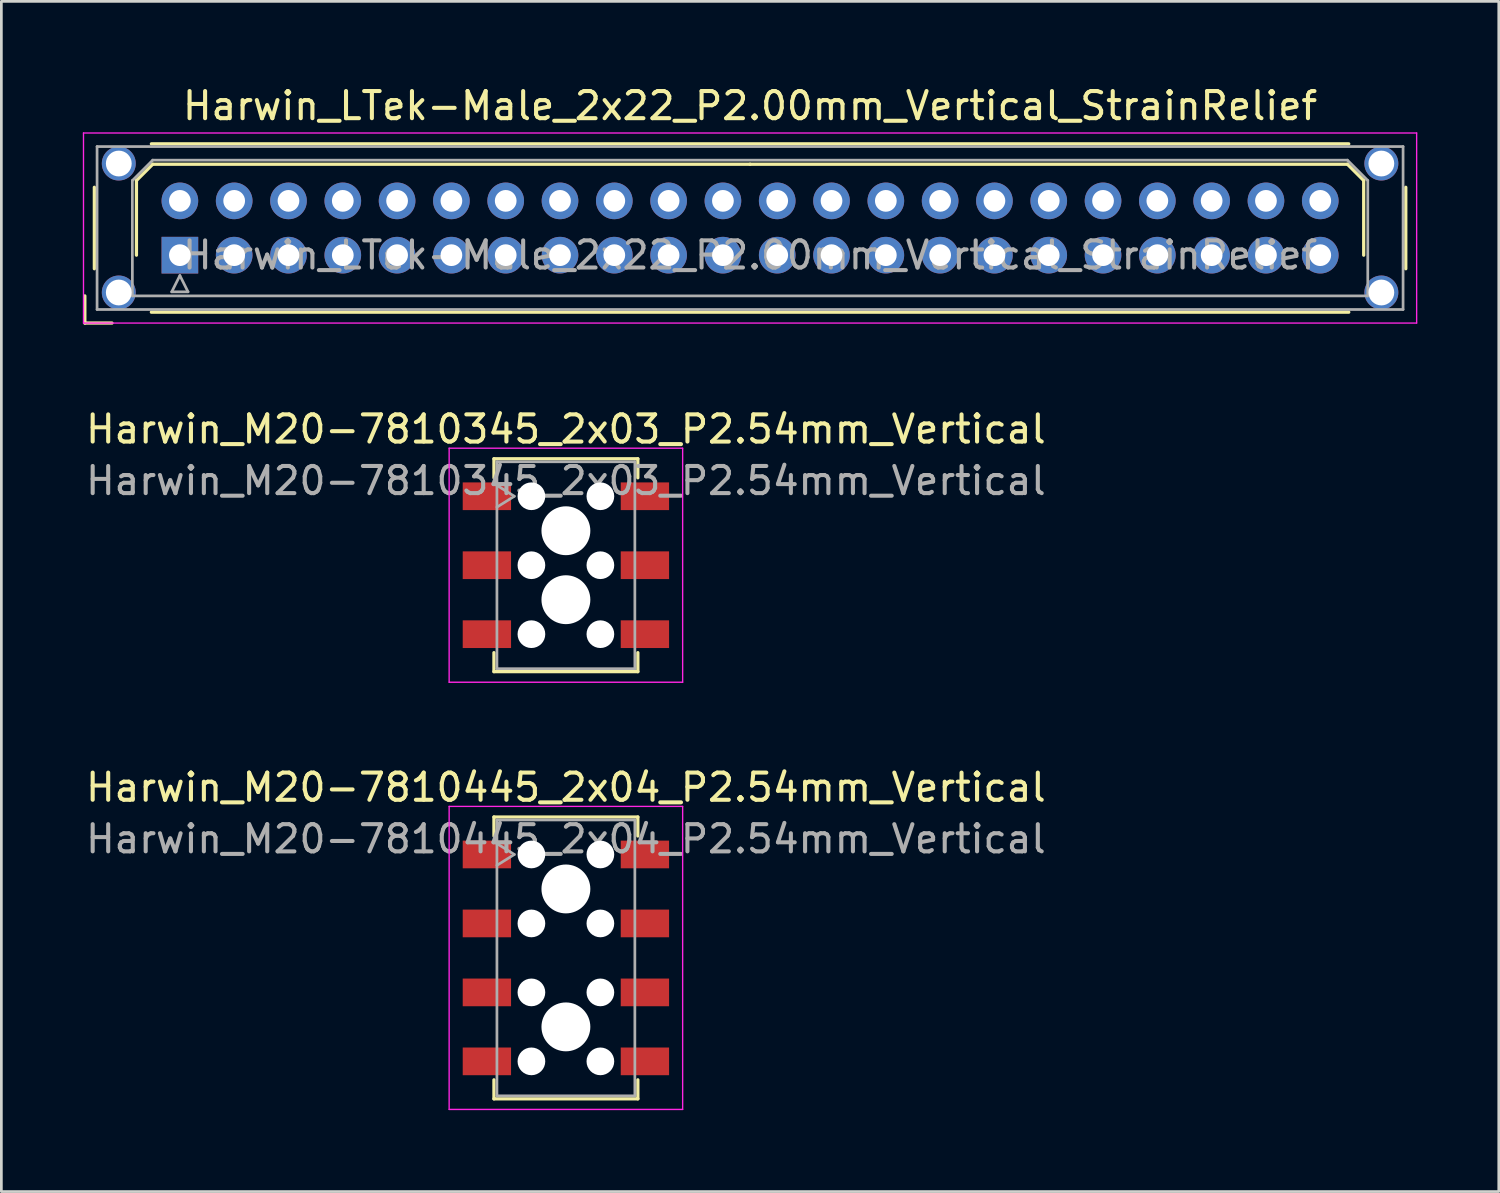
<source format=kicad_pcb>
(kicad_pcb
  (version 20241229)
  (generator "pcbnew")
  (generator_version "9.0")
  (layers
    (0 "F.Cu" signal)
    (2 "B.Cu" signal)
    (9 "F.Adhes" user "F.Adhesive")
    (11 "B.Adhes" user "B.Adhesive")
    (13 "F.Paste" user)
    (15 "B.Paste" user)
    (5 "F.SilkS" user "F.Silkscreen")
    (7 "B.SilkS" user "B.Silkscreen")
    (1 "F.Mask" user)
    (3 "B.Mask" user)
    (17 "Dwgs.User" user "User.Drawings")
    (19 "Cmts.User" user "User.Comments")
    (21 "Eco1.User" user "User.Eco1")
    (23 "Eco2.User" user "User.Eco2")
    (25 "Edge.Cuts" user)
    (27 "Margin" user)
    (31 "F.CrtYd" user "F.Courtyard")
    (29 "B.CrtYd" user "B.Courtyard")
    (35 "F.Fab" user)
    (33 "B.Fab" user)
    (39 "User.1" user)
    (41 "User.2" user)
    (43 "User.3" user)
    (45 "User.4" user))
  (footprint "Harwin_M20-7810445_2x04_P2.54mm_Vertical"
    (layer "F.Cu")
    (at 17.792 32.23)
    (property "Reference" "Harwin_M20-7810445_2x04_P2.54mm_Vertical" (at 0 -6.28 0) (layer "F.SilkS") (effects (font (size 1 1) (thickness 0.15))))
    (attr smd)
    (fp_line (start -2.65 -5.19) (end 2.65 -5.19) (stroke (width 0.12) (type solid)) (layer "F.SilkS"))
    (fp_line (start -2.65 -4.49) (end -2.65 -5.19) (stroke (width 0.12) (type solid)) (layer "F.SilkS"))
    (fp_line (start -2.65 4.49) (end -2.65 5.19) (stroke (width 0.12) (type solid)) (layer "F.SilkS"))
    (fp_line (start -2.65 5.19) (end 2.65 5.19) (stroke (width 0.12) (type solid)) (layer "F.SilkS"))
    (fp_line (start 2.65 -5.19) (end 2.65 -4.49) (stroke (width 0.12) (type solid)) (layer "F.SilkS"))
    (fp_line (start 2.65 5.19) (end 2.65 4.49) (stroke (width 0.12) (type solid)) (layer "F.SilkS"))
    (fp_line (start -4.3 -5.58) (end 4.3 -5.58) (stroke (width 0.05) (type solid)) (layer "F.CrtYd"))
    (fp_line (start -4.3 5.58) (end -4.3 -5.58) (stroke (width 0.05) (type solid)) (layer "F.CrtYd"))
    (fp_line (start 4.3 -5.58) (end 4.3 5.58) (stroke (width 0.05) (type solid)) (layer "F.CrtYd"))
    (fp_line (start 4.3 5.58) (end -4.3 5.58) (stroke (width 0.05) (type solid)) (layer "F.CrtYd"))
    (fp_line (start -2.54 -5.08) (end 2.54 -5.08) (stroke (width 0.1) (type solid)) (layer "F.Fab"))
    (fp_line (start -2.54 -4.21) (end -1.9 -3.81) (stroke (width 0.1) (type solid)) (layer "F.Fab"))
    (fp_line (start -2.54 5.08) (end -2.54 -5.08) (stroke (width 0.1) (type solid)) (layer "F.Fab"))
    (fp_line (start -1.9 -3.81) (end -2.54 -3.41) (stroke (width 0.1) (type solid)) (layer "F.Fab"))
    (fp_line (start 2.54 -5.08) (end 2.54 5.08) (stroke (width 0.1) (type solid)) (layer "F.Fab"))
    (fp_line (start 2.54 5.08) (end -2.54 5.08) (stroke (width 0.1) (type solid)) (layer "F.Fab"))
    (fp_text user "${REFERENCE}" (at 0 -4.38 0) (layer "F.Fab") (effects (font (size 1 1) (thickness 0.15))))
    (pad "" np_thru_hole circle (at -1.27 -3.81) (size 1.02 1.02) (drill 1.02) (layers "*.Cu" "*.Mask"))
    (pad "" np_thru_hole circle (at -1.27 -1.27) (size 1.02 1.02) (drill 1.02) (layers "*.Cu" "*.Mask"))
    (pad "" np_thru_hole circle (at -1.27 1.27) (size 1.02 1.02) (drill 1.02) (layers "*.Cu" "*.Mask"))
    (pad "" np_thru_hole circle (at -1.27 3.81) (size 1.02 1.02) (drill 1.02) (layers "*.Cu" "*.Mask"))
    (pad "" np_thru_hole circle (at 0 -2.54) (size 1.8 1.8) (drill 1.8) (layers "*.Cu" "*.Mask"))
    (pad "" np_thru_hole circle (at 0 2.54) (size 1.8 1.8) (drill 1.8) (layers "*.Cu" "*.Mask"))
    (pad "" np_thru_hole circle (at 1.27 -3.81) (size 1.02 1.02) (drill 1.02) (layers "*.Cu" "*.Mask"))
    (pad "" np_thru_hole circle (at 1.27 -1.27) (size 1.02 1.02) (drill 1.02) (layers "*.Cu" "*.Mask"))
    (pad "" np_thru_hole circle (at 1.27 1.27) (size 1.02 1.02) (drill 1.02) (layers "*.Cu" "*.Mask"))
    (pad "" np_thru_hole circle (at 1.27 3.81) (size 1.02 1.02) (drill 1.02) (layers "*.Cu" "*.Mask"))
    (pad "1" smd rect (at -2.91 -3.81) (size 1.78 1.02) (layers "F.Cu" "F.Mask" "F.Paste"))
    (pad "2" smd rect (at -2.91 -1.27) (size 1.78 1.02) (layers "F.Cu" "F.Mask" "F.Paste"))
    (pad "3" smd rect (at -2.91 1.27) (size 1.78 1.02) (layers "F.Cu" "F.Mask" "F.Paste"))
    (pad "4" smd rect (at -2.91 3.81) (size 1.78 1.02) (layers "F.Cu" "F.Mask" "F.Paste"))
    (pad "5" smd rect (at 2.91 -3.81) (size 1.78 1.02) (layers "F.Cu" "F.Mask" "F.Paste"))
    (pad "6" smd rect (at 2.91 -1.27) (size 1.78 1.02) (layers "F.Cu" "F.Mask" "F.Paste"))
    (pad "7" smd rect (at 2.91 1.27) (size 1.78 1.02) (layers "F.Cu" "F.Mask" "F.Paste"))
    (pad "8" smd rect (at 2.91 3.81) (size 1.78 1.02) (layers "F.Cu" "F.Mask" "F.Paste")))
  (footprint "Harwin_LTek-Male_2x22_P2.00mm_Vertical_StrainRelief"
    (layer "F.Cu")
    (at 3.575 6.348)
    (property "Reference" "Harwin_LTek-Male_2x22_P2.00mm_Vertical_StrainRelief" (at 21 -5.5 0) (layer "F.SilkS") (effects (font (size 1 1) (thickness 0.15))))
    (attr through_hole)
    (fp_line (start -3.5 1.5) (end -3.5 2.5) (stroke (width 0.12) (type solid)) (layer "F.SilkS"))
    (fp_line (start -3.5 2.5) (end -2.5 2.5) (stroke (width 0.12) (type solid)) (layer "F.SilkS"))
    (fp_line (start -3.15 -2.5) (end -3.15 0.5) (stroke (width 0.12) (type solid)) (layer "F.SilkS"))
    (fp_line (start -1.6 -2.75) (end -1 -3.35) (stroke (width 0.12) (type solid)) (layer "F.SilkS"))
    (fp_line (start -1.6 0) (end -1.6 -2.75) (stroke (width 0.12) (type solid)) (layer "F.SilkS"))
    (fp_line (start -1.05 -4.1) (end 43.05 -4.1) (stroke (width 0.12) (type solid)) (layer "F.SilkS"))
    (fp_line (start -1.05 2.1) (end 43.05 2.1) (stroke (width 0.12) (type solid)) (layer "F.SilkS"))
    (fp_line (start -1 -3.35) (end 21 -3.35) (stroke (width 0.12) (type solid)) (layer "F.SilkS"))
    (fp_line (start 43 -3.35) (end 21 -3.35) (stroke (width 0.12) (type solid)) (layer "F.SilkS"))
    (fp_line (start 43.6 -2.75) (end 43 -3.35) (stroke (width 0.12) (type solid)) (layer "F.SilkS"))
    (fp_line (start 43.6 0) (end 43.6 -2.75) (stroke (width 0.12) (type solid)) (layer "F.SilkS"))
    (fp_line (start 45.15 -2.5) (end 45.15 0.5) (stroke (width 0.12) (type solid)) (layer "F.SilkS"))
    (fp_line (start -3.55 -4.5) (end -3.55 2.5) (stroke (width 0.05) (type solid)) (layer "F.CrtYd"))
    (fp_line (start -3.55 2.5) (end 45.55 2.5) (stroke (width 0.05) (type solid)) (layer "F.CrtYd"))
    (fp_line (start 45.55 -4.5) (end -3.55 -4.5) (stroke (width 0.05) (type solid)) (layer "F.CrtYd"))
    (fp_line (start 45.55 2.5) (end 45.55 -4.5) (stroke (width 0.05) (type solid)) (layer "F.CrtYd"))
    (fp_line (start -3.05 -4) (end -3.05 2) (stroke (width 0.1) (type solid)) (layer "F.Fab"))
    (fp_line (start -3.05 2) (end 45.05 2) (stroke (width 0.1) (type solid)) (layer "F.Fab"))
    (fp_line (start -1.75 -2.75) (end -1 -3.5) (stroke (width 0.1) (type solid)) (layer "F.Fab"))
    (fp_line (start -1.75 1.5) (end -1.75 -2.75) (stroke (width 0.1) (type solid)) (layer "F.Fab"))
    (fp_line (start -1 -3.5) (end 43 -3.5) (stroke (width 0.1) (type solid)) (layer "F.Fab"))
    (fp_line (start -0.3 1.35) (end 0.3 1.35) (stroke (width 0.1) (type solid)) (layer "F.Fab"))
    (fp_line (start 0 0.75) (end -0.3 1.35) (stroke (width 0.1) (type solid)) (layer "F.Fab"))
    (fp_line (start 0.3 1.35) (end 0 0.75) (stroke (width 0.1) (type solid)) (layer "F.Fab"))
    (fp_line (start 43 -3.5) (end 43.75 -2.75) (stroke (width 0.1) (type solid)) (layer "F.Fab"))
    (fp_line (start 43.75 -2.75) (end 43.75 1.5) (stroke (width 0.1) (type solid)) (layer "F.Fab"))
    (fp_line (start 43.75 1.5) (end -1.75 1.5) (stroke (width 0.1) (type solid)) (layer "F.Fab"))
    (fp_line (start 45.05 -4) (end -3.05 -4) (stroke (width 0.1) (type solid)) (layer "F.Fab"))
    (fp_line (start 45.05 2) (end 45.05 -4) (stroke (width 0.1) (type solid)) (layer "F.Fab"))
    (fp_text user "${REFERENCE}" (at 21 0 0) (layer "F.Fab") (effects (font (size 1 1) (thickness 0.15))))
    (pad "" thru_hole circle (at -2.25 -3.375) (size 1.25 1.25) (drill 0.95) (layers "*.Cu" "*.Mask"))
    (pad "" thru_hole circle (at -2.25 1.375) (size 1.25 1.25) (drill 0.95) (layers "*.Cu" "*.Mask"))
    (pad "" thru_hole circle (at 44.25 -3.375) (size 1.25 1.25) (drill 0.95) (layers "*.Cu" "*.Mask"))
    (pad "" thru_hole circle (at 44.25 1.375) (size 1.25 1.25) (drill 0.95) (layers "*.Cu" "*.Mask"))
    (pad "1" thru_hole rect (at 0 0) (size 1.35 1.35) (drill 0.8) (layers "*.Cu" "*.Mask"))
    (pad "2" thru_hole circle (at 0 -2) (size 1.35 1.35) (drill 0.8) (layers "*.Cu" "*.Mask"))
    (pad "3" thru_hole circle (at 2 0) (size 1.35 1.35) (drill 0.8) (layers "*.Cu" "*.Mask"))
    (pad "4" thru_hole circle (at 2 -2) (size 1.35 1.35) (drill 0.8) (layers "*.Cu" "*.Mask"))
    (pad "5" thru_hole circle (at 4 0) (size 1.35 1.35) (drill 0.8) (layers "*.Cu" "*.Mask"))
    (pad "6" thru_hole circle (at 4 -2) (size 1.35 1.35) (drill 0.8) (layers "*.Cu" "*.Mask"))
    (pad "7" thru_hole circle (at 6 0) (size 1.35 1.35) (drill 0.8) (layers "*.Cu" "*.Mask"))
    (pad "8" thru_hole circle (at 6 -2) (size 1.35 1.35) (drill 0.8) (layers "*.Cu" "*.Mask"))
    (pad "9" thru_hole circle (at 8 0) (size 1.35 1.35) (drill 0.8) (layers "*.Cu" "*.Mask"))
    (pad "10" thru_hole circle (at 8 -2) (size 1.35 1.35) (drill 0.8) (layers "*.Cu" "*.Mask"))
    (pad "11" thru_hole circle (at 10 0) (size 1.35 1.35) (drill 0.8) (layers "*.Cu" "*.Mask"))
    (pad "12" thru_hole circle (at 10 -2) (size 1.35 1.35) (drill 0.8) (layers "*.Cu" "*.Mask"))
    (pad "13" thru_hole circle (at 12 0) (size 1.35 1.35) (drill 0.8) (layers "*.Cu" "*.Mask"))
    (pad "14" thru_hole circle (at 12 -2) (size 1.35 1.35) (drill 0.8) (layers "*.Cu" "*.Mask"))
    (pad "15" thru_hole circle (at 14 0) (size 1.35 1.35) (drill 0.8) (layers "*.Cu" "*.Mask"))
    (pad "16" thru_hole circle (at 14 -2) (size 1.35 1.35) (drill 0.8) (layers "*.Cu" "*.Mask"))
    (pad "17" thru_hole circle (at 16 0) (size 1.35 1.35) (drill 0.8) (layers "*.Cu" "*.Mask"))
    (pad "18" thru_hole circle (at 16 -2) (size 1.35 1.35) (drill 0.8) (layers "*.Cu" "*.Mask"))
    (pad "19" thru_hole circle (at 18 0) (size 1.35 1.35) (drill 0.8) (layers "*.Cu" "*.Mask"))
    (pad "20" thru_hole circle (at 18 -2) (size 1.35 1.35) (drill 0.8) (layers "*.Cu" "*.Mask"))
    (pad "21" thru_hole circle (at 20 0) (size 1.35 1.35) (drill 0.8) (layers "*.Cu" "*.Mask"))
    (pad "22" thru_hole circle (at 20 -2) (size 1.35 1.35) (drill 0.8) (layers "*.Cu" "*.Mask"))
    (pad "23" thru_hole circle (at 22 0) (size 1.35 1.35) (drill 0.8) (layers "*.Cu" "*.Mask"))
    (pad "24" thru_hole circle (at 22 -2) (size 1.35 1.35) (drill 0.8) (layers "*.Cu" "*.Mask"))
    (pad "25" thru_hole circle (at 24 0) (size 1.35 1.35) (drill 0.8) (layers "*.Cu" "*.Mask"))
    (pad "26" thru_hole circle (at 24 -2) (size 1.35 1.35) (drill 0.8) (layers "*.Cu" "*.Mask"))
    (pad "27" thru_hole circle (at 26 0) (size 1.35 1.35) (drill 0.8) (layers "*.Cu" "*.Mask"))
    (pad "28" thru_hole circle (at 26 -2) (size 1.35 1.35) (drill 0.8) (layers "*.Cu" "*.Mask"))
    (pad "29" thru_hole circle (at 28 0) (size 1.35 1.35) (drill 0.8) (layers "*.Cu" "*.Mask"))
    (pad "30" thru_hole circle (at 28 -2) (size 1.35 1.35) (drill 0.8) (layers "*.Cu" "*.Mask"))
    (pad "31" thru_hole circle (at 30 0) (size 1.35 1.35) (drill 0.8) (layers "*.Cu" "*.Mask"))
    (pad "32" thru_hole circle (at 30 -2) (size 1.35 1.35) (drill 0.8) (layers "*.Cu" "*.Mask"))
    (pad "33" thru_hole circle (at 32 0) (size 1.35 1.35) (drill 0.8) (layers "*.Cu" "*.Mask"))
    (pad "34" thru_hole circle (at 32 -2) (size 1.35 1.35) (drill 0.8) (layers "*.Cu" "*.Mask"))
    (pad "35" thru_hole circle (at 34 0) (size 1.35 1.35) (drill 0.8) (layers "*.Cu" "*.Mask"))
    (pad "36" thru_hole circle (at 34 -2) (size 1.35 1.35) (drill 0.8) (layers "*.Cu" "*.Mask"))
    (pad "37" thru_hole circle (at 36 0) (size 1.35 1.35) (drill 0.8) (layers "*.Cu" "*.Mask"))
    (pad "38" thru_hole circle (at 36 -2) (size 1.35 1.35) (drill 0.8) (layers "*.Cu" "*.Mask"))
    (pad "39" thru_hole circle (at 38 0) (size 1.35 1.35) (drill 0.8) (layers "*.Cu" "*.Mask"))
    (pad "40" thru_hole circle (at 38 -2) (size 1.35 1.35) (drill 0.8) (layers "*.Cu" "*.Mask"))
    (pad "41" thru_hole circle (at 40 0) (size 1.35 1.35) (drill 0.8) (layers "*.Cu" "*.Mask"))
    (pad "42" thru_hole circle (at 40 -2) (size 1.35 1.35) (drill 0.8) (layers "*.Cu" "*.Mask"))
    (pad "43" thru_hole circle (at 42 0) (size 1.35 1.35) (drill 0.8) (layers "*.Cu" "*.Mask"))
    (pad "44" thru_hole circle (at 42 -2) (size 1.35 1.35) (drill 0.8) (layers "*.Cu" "*.Mask")))
  (footprint "Harwin_M20-7810345_2x03_P2.54mm_Vertical"
    (layer "F.Cu")
    (at 17.792 17.767)
    (property "Reference" "Harwin_M20-7810345_2x03_P2.54mm_Vertical" (at 0 -5.01 0) (layer "F.SilkS") (effects (font (size 1 1) (thickness 0.15))))
    (attr smd)
    (fp_line (start -2.65 -3.92) (end 2.65 -3.92) (stroke (width 0.12) (type solid)) (layer "F.SilkS"))
    (fp_line (start -2.65 -3.22) (end -2.65 -3.92) (stroke (width 0.12) (type solid)) (layer "F.SilkS"))
    (fp_line (start -2.65 3.22) (end -2.65 3.92) (stroke (width 0.12) (type solid)) (layer "F.SilkS"))
    (fp_line (start -2.65 3.92) (end 2.65 3.92) (stroke (width 0.12) (type solid)) (layer "F.SilkS"))
    (fp_line (start 2.65 -3.92) (end 2.65 -3.22) (stroke (width 0.12) (type solid)) (layer "F.SilkS"))
    (fp_line (start 2.65 3.92) (end 2.65 3.22) (stroke (width 0.12) (type solid)) (layer "F.SilkS"))
    (fp_line (start -4.3 -4.31) (end 4.3 -4.31) (stroke (width 0.05) (type solid)) (layer "F.CrtYd"))
    (fp_line (start -4.3 4.31) (end -4.3 -4.31) (stroke (width 0.05) (type solid)) (layer "F.CrtYd"))
    (fp_line (start 4.3 -4.31) (end 4.3 4.31) (stroke (width 0.05) (type solid)) (layer "F.CrtYd"))
    (fp_line (start 4.3 4.31) (end -4.3 4.31) (stroke (width 0.05) (type solid)) (layer "F.CrtYd"))
    (fp_line (start -2.54 -3.81) (end 2.54 -3.81) (stroke (width 0.1) (type solid)) (layer "F.Fab"))
    (fp_line (start -2.54 -2.94) (end -1.9 -2.54) (stroke (width 0.1) (type solid)) (layer "F.Fab"))
    (fp_line (start -2.54 3.81) (end -2.54 -3.81) (stroke (width 0.1) (type solid)) (layer "F.Fab"))
    (fp_line (start -1.9 -2.54) (end -2.54 -2.14) (stroke (width 0.1) (type solid)) (layer "F.Fab"))
    (fp_line (start 2.54 -3.81) (end 2.54 3.81) (stroke (width 0.1) (type solid)) (layer "F.Fab"))
    (fp_line (start 2.54 3.81) (end -2.54 3.81) (stroke (width 0.1) (type solid)) (layer "F.Fab"))
    (fp_text user "${REFERENCE}" (at 0 -3.11 0) (layer "F.Fab") (effects (font (size 1 1) (thickness 0.15))))
    (pad "" np_thru_hole circle (at -1.27 -2.54) (size 1.02 1.02) (drill 1.02) (layers "*.Cu" "*.Mask"))
    (pad "" np_thru_hole circle (at -1.27 0) (size 1.02 1.02) (drill 1.02) (layers "*.Cu" "*.Mask"))
    (pad "" np_thru_hole circle (at -1.27 2.54) (size 1.02 1.02) (drill 1.02) (layers "*.Cu" "*.Mask"))
    (pad "" np_thru_hole circle (at 0 -1.27) (size 1.8 1.8) (drill 1.8) (layers "*.Cu" "*.Mask"))
    (pad "" np_thru_hole circle (at 0 1.27) (size 1.8 1.8) (drill 1.8) (layers "*.Cu" "*.Mask"))
    (pad "" np_thru_hole circle (at 1.27 -2.54) (size 1.02 1.02) (drill 1.02) (layers "*.Cu" "*.Mask"))
    (pad "" np_thru_hole circle (at 1.27 0) (size 1.02 1.02) (drill 1.02) (layers "*.Cu" "*.Mask"))
    (pad "" np_thru_hole circle (at 1.27 2.54) (size 1.02 1.02) (drill 1.02) (layers "*.Cu" "*.Mask"))
    (pad "1" smd rect (at -2.91 -2.54) (size 1.78 1.02) (layers "F.Cu" "F.Mask" "F.Paste"))
    (pad "2" smd rect (at -2.91 0) (size 1.78 1.02) (layers "F.Cu" "F.Mask" "F.Paste"))
    (pad "3" smd rect (at -2.91 2.54) (size 1.78 1.02) (layers "F.Cu" "F.Mask" "F.Paste"))
    (pad "4" smd rect (at 2.91 -2.54) (size 1.78 1.02) (layers "F.Cu" "F.Mask" "F.Paste"))
    (pad "5" smd rect (at 2.91 0) (size 1.78 1.02) (layers "F.Cu" "F.Mask" "F.Paste"))
    (pad "6" smd rect (at 2.91 2.54) (size 1.78 1.02) (layers "F.Cu" "F.Mask" "F.Paste")))
  (gr_rect
    (start -3 -3)
    (end 52.15 40.835)
    (stroke (width 0.1) (type default))
    (fill no)
    (layer "Edge.Cuts")))
</source>
